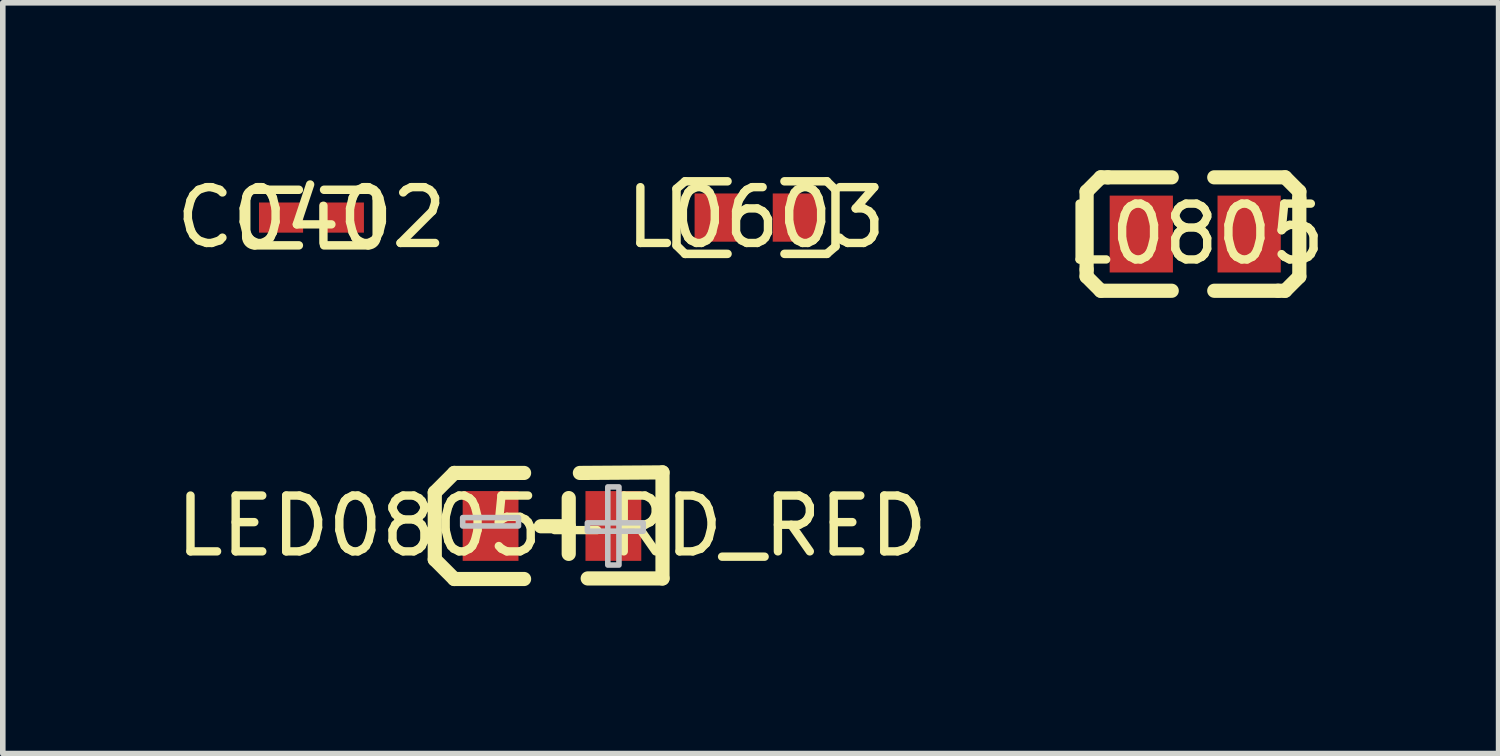
<source format=kicad_pcb>
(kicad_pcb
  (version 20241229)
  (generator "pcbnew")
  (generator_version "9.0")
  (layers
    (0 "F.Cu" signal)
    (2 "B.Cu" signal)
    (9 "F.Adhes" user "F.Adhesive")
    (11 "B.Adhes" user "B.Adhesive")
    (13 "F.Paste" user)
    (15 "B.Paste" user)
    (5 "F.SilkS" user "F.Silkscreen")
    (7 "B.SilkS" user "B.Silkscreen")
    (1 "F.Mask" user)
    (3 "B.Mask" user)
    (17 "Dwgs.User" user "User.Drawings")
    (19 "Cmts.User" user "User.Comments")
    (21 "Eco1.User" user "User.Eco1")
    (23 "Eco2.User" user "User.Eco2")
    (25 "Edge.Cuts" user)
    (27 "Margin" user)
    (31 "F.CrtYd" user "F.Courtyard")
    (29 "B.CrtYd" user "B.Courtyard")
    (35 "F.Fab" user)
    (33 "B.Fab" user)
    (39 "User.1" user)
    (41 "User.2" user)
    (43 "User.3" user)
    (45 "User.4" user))
  (footprint "L0603"
    (layer "F.Cu")
    (at 10.494 0.848)
    (property "Reference" "L0603" (at 0 0 0) (layer "F.SilkS") (effects (font (size 1 1) (thickness 0.15))))
    (fp_line (start -1.424 -0.517) (end -1.27 -0.65) (stroke (width 0.152) (type default)) (layer "F.SilkS"))
    (fp_line (start -1.424 0.499) (end -1.424 -0.517) (stroke (width 0.152) (type default)) (layer "F.SilkS"))
    (fp_line (start -1.272 -0.65) (end -0.51 -0.65) (stroke (width 0.152) (type default)) (layer "F.SilkS"))
    (fp_line (start -1.272 0.65) (end -0.51 0.65) (stroke (width 0.152) (type default)) (layer "F.SilkS"))
    (fp_line (start -1.27 0.651) (end -1.424 0.499) (stroke (width 0.152) (type default)) (layer "F.SilkS"))
    (fp_line (start 1.27 -0.65) (end 1.424 -0.499) (stroke (width 0.152) (type default)) (layer "F.SilkS"))
    (fp_line (start 1.272 -0.65) (end 0.51 -0.65) (stroke (width 0.152) (type default)) (layer "F.SilkS"))
    (fp_line (start 1.272 0.65) (end 0.51 0.65) (stroke (width 0.152) (type default)) (layer "F.SilkS"))
    (fp_line (start 1.424 -0.499) (end 1.424 0.517) (stroke (width 0.152) (type default)) (layer "F.SilkS"))
    (fp_line (start 1.424 0.517) (end 1.27 0.65) (stroke (width 0.152) (type default)) (layer "F.SilkS"))
    (fp_poly (pts (xy -0.252 -0.143) (xy -0.252 0.134) (xy -0.526 0.427) (xy -1.029 0.427) (xy -1.093 0.363) (xy -1.093 -0.372) (xy -1.029 -0.436) (xy -0.526 -0.436)) (stroke (width 0) (type default)) (fill yes) (layer "F.Paste"))
    (fp_poly (pts (xy 0.264 -0.154) (xy 0.264 0.122) (xy 0.538 0.416) (xy 1.042 0.416) (xy 1.105 0.352) (xy 1.105 -0.384) (xy 1.042 -0.448) (xy 0.538 -0.448)) (stroke (width 0) (type default)) (fill yes) (layer "F.Paste"))
    (fp_poly (pts (xy -0.5 0.4) (xy -0.8 0.4) (xy -0.8 -0.4) (xy -0.5 -0.4)) (stroke (width 0.1) (type default)) (fill no) (layer "User.1"))
    (fp_poly (pts (xy 0.8 0.4) (xy 0.5 0.4) (xy 0.5 -0.4) (xy 0.8 -0.4)) (stroke (width 0.1) (type default)) (fill no) (layer "User.1"))
    (fp_line (start -0.8 -0.4) (end 0.8 -0.4) (stroke (width 0.051) (type default)) (layer "User.2"))
    (fp_line (start -0.8 0.4) (end -0.8 -0.4) (stroke (width 0.051) (type default)) (layer "User.2"))
    (fp_line (start 0.8 -0.4) (end 0.8 0.4) (stroke (width 0.051) (type default)) (layer "User.2"))
    (fp_line (start 0.8 0.4) (end -0.8 0.4) (stroke (width 0.051) (type default)) (layer "User.2"))
    (fp_poly (pts (xy -0.745 0.377) (xy -0.777 0.345) (xy -0.823 0.345) (xy -0.855 0.377) (xy -0.855 0.423) (xy -0.823 0.455) (xy -0.777 0.455) (xy -0.745 0.423)) (stroke (width 0.1) (type default)) (fill no) (layer "User.3"))
    (pad "1" smd rect (at -0.7 0 180) (size 0.8 0.864) (layers "F.Cu" "F.Mask" "F.Paste"))
    (pad "2" smd rect (at 0.7 0 180) (size 0.8 0.864) (layers "F.Cu" "F.Mask" "F.Paste")))
  (footprint "LED0805-RD_RED"
    (layer "F.Cu")
    (at 6.839 6.373)
    (property "Reference" "LED0805-RD_RED" (at 0 0 0) (layer "F.SilkS") (effects (font (size 1 1) (thickness 0.15))))
    (fp_line (start -2.1 -0.6) (end -2.1 0.6) (stroke (width 0.254) (type default)) (layer "F.SilkS"))
    (fp_line (start -1.75 -0.95) (end -2.1 -0.6) (stroke (width 0.254) (type default)) (layer "F.SilkS"))
    (fp_line (start -1.75 0.95) (end -2.1 0.6) (stroke (width 0.254) (type default)) (layer "F.SilkS"))
    (fp_line (start -0.5 -0.95) (end -1.75 -0.95) (stroke (width 0.254) (type default)) (layer "F.SilkS"))
    (fp_line (start -0.5 0.95) (end -1.75 0.95) (stroke (width 0.254) (type default)) (layer "F.SilkS"))
    (fp_line (start 0.3 -0.5) (end 0.3 0.5) (stroke (width 0.254) (type default)) (layer "F.SilkS"))
    (fp_line (start 0.3 0.005) (end -0.2 0.005) (stroke (width 0.254) (type default)) (layer "F.SilkS"))
    (fp_line (start 0.5 -0.95) (end 1.98 -0.96) (stroke (width 0.254) (type default)) (layer "F.SilkS"))
    (fp_line (start 0.64 0.94) (end 1.98 0.94) (stroke (width 0.254) (type default)) (layer "F.SilkS"))
    (fp_line (start 1.98 -0.96) (end 1.98 0.94) (stroke (width 0.254) (type default)) (layer "F.SilkS"))
    (fp_poly (pts (xy -1.6 0) (xy -0.6 0) (xy -0.6 -0.15) (xy -1.6 -0.15)) (stroke (width 0.1) (type default)) (fill no) (layer "Dwgs.User"))
    (fp_poly (pts (xy 0.634 0.094) (xy 1.635 0.094) (xy 1.635 -0.056) (xy 0.634 -0.056)) (stroke (width 0.1) (type default)) (fill no) (layer "Dwgs.User"))
    (fp_poly (pts (xy 1 -0.7) (xy 1.2 -0.7) (xy 1.2 0.7) (xy 1 0.7)) (stroke (width 0.1) (type default)) (fill no) (layer "Dwgs.User"))
    (fp_poly (pts (xy -0.65 0.625) (xy -1 0.625) (xy -1 -0.625) (xy -0.65 -0.625)) (stroke (width 0.1) (type default)) (fill no) (layer "User.1"))
    (fp_poly (pts (xy 1 0.625) (xy 0.65 0.625) (xy 0.65 -0.625) (xy 1 -0.625)) (stroke (width 0.1) (type default)) (fill no) (layer "User.1"))
    (fp_line (start -1 -0.625) (end 1 -0.625) (stroke (width 0.051) (type default)) (layer "User.2"))
    (fp_line (start -1 0.625) (end -1 -0.625) (stroke (width 0.051) (type default)) (layer "User.2"))
    (fp_line (start 1 -0.625) (end 1 0.625) (stroke (width 0.051) (type default)) (layer "User.2"))
    (fp_line (start 1 0.625) (end -1 0.625) (stroke (width 0.051) (type default)) (layer "User.2"))
    (fp_poly (pts (xy -0.945 -0.648) (xy -0.977 -0.68) (xy -1.023 -0.68) (xy -1.055 -0.648) (xy -1.055 -0.602) (xy -1.023 -0.57) (xy -0.977 -0.57) (xy -0.945 -0.602)) (stroke (width 0.1) (type default)) (fill no) (layer "User.3"))
    (pad "1" smd rect (at -1.1 0 180) (size 1 1.25) (layers "F.Cu" "F.Mask" "F.Paste"))
    (pad "2" smd rect (at 1.1 0 180) (size 1 1.25) (layers "F.Cu" "F.Mask" "F.Paste")))
  (footprint "L0805"
    (layer "F.Cu")
    (at 18.363 1.143)
    (property "Reference" "L0805" (at 0 0 0) (layer "F.SilkS") (effects (font (size 1 1) (thickness 0.15))))
    (fp_line (start -1.946 -0.762) (end -1.946 0.635) (stroke (width 0.254) (type default)) (layer "F.SilkS"))
    (fp_line (start -1.946 0.635) (end -1.946 0.762) (stroke (width 0.254) (type default)) (layer "F.SilkS"))
    (fp_line (start -1.946 0.762) (end -1.692 1.016) (stroke (width 0.254) (type default)) (layer "F.SilkS"))
    (fp_line (start -1.692 -1.016) (end -1.946 -0.762) (stroke (width 0.254) (type default)) (layer "F.SilkS"))
    (fp_line (start -1.692 1.016) (end -0.421 1.016) (stroke (width 0.254) (type default)) (layer "F.SilkS"))
    (fp_line (start -1.565 -1.016) (end -1.692 -1.016) (stroke (width 0.254) (type default)) (layer "F.SilkS"))
    (fp_line (start -0.421 -1.016) (end -1.565 -1.016) (stroke (width 0.254) (type default)) (layer "F.SilkS"))
    (fp_line (start 0.341 1.016) (end 1.484 1.016) (stroke (width 0.254) (type default)) (layer "F.SilkS"))
    (fp_line (start 1.484 1.016) (end 1.611 1.016) (stroke (width 0.254) (type default)) (layer "F.SilkS"))
    (fp_line (start 1.611 -1.016) (end 0.341 -1.016) (stroke (width 0.254) (type default)) (layer "F.SilkS"))
    (fp_line (start 1.611 1.016) (end 1.865 0.762) (stroke (width 0.254) (type default)) (layer "F.SilkS"))
    (fp_line (start 1.865 -0.762) (end 1.611 -1.016) (stroke (width 0.254) (type default)) (layer "F.SilkS"))
    (fp_line (start 1.865 -0.635) (end 1.865 -0.762) (stroke (width 0.254) (type default)) (layer "F.SilkS"))
    (fp_line (start 1.865 0.762) (end 1.865 -0.635) (stroke (width 0.254) (type default)) (layer "F.SilkS"))
    (fp_poly (pts (xy -0.36 0.22) (xy -0.36 -0.221) (xy -0.745 -0.689) (xy -1.433 -0.689) (xy -1.532 -0.589) (xy -1.532 0.589) (xy -1.433 0.689) (xy -0.745 0.689)) (stroke (width 0) (type default)) (fill yes) (layer "F.Paste"))
    (fp_poly (pts (xy 0.36 0.22) (xy 0.36 -0.221) (xy 0.745 -0.689) (xy 1.433 -0.689) (xy 1.532 -0.589) (xy 1.532 0.589) (xy 1.433 0.689) (xy 0.745 0.689)) (stroke (width 0) (type default)) (fill yes) (layer "F.Paste"))
    (fp_poly (pts (xy -1 0.637) (xy -1 -0.637) (xy -0.6 -0.637) (xy -0.6 0.637)) (stroke (width 0.1) (type default)) (fill no) (layer "User.1"))
    (fp_poly (pts (xy 1 0.637) (xy 1 -0.637) (xy 0.6 -0.637) (xy 0.6 0.637)) (stroke (width 0.1) (type default)) (fill no) (layer "User.1"))
    (fp_line (start -1 -0.637) (end 1 -0.637) (stroke (width 0.051) (type default)) (layer "User.2"))
    (fp_line (start -1 0.637) (end -1 -0.637) (stroke (width 0.051) (type default)) (layer "User.2"))
    (fp_line (start 1 -0.637) (end 1 0.637) (stroke (width 0.051) (type default)) (layer "User.2"))
    (fp_line (start 1 0.637) (end -1 0.637) (stroke (width 0.051) (type default)) (layer "User.2"))
    (fp_poly (pts (xy -0.945 0.615) (xy -0.977 0.582) (xy -1.023 0.582) (xy -1.055 0.615) (xy -1.055 0.66) (xy -1.023 0.693) (xy -0.977 0.693) (xy -0.945 0.66)) (stroke (width 0.1) (type default)) (fill no) (layer "User.3"))
    (pad "1" smd rect (at -0.966 0) (size 1.133 1.377) (layers "F.Cu" "F.Mask" "F.Paste"))
    (pad "2" smd rect (at 0.966 0) (size 1.133 1.377) (layers "F.Cu" "F.Mask" "F.Paste")))
  (footprint "C0402"
    (layer "F.Cu")
    (at 2.53 0.848)
    (property "Reference" "C0402" (at 0 0 0) (layer "F.SilkS") (effects (font (size 1 1) (thickness 0.15))))
    (fp_line (start -1.169 0.346) (end -1.169 -0.346) (stroke (width 0.152) (type default)) (layer "F.SilkS"))
    (fp_line (start -1.016 -0.498) (end -0.226 -0.498) (stroke (width 0.152) (type default)) (layer "F.SilkS"))
    (fp_line (start -0.226 0.498) (end -1.016 0.498) (stroke (width 0.152) (type default)) (layer "F.SilkS"))
    (fp_line (start 0.226 0.498) (end 1.016 0.498) (stroke (width 0.152) (type default)) (layer "F.SilkS"))
    (fp_line (start 1.016 -0.498) (end 0.226 -0.498) (stroke (width 0.152) (type default)) (layer "F.SilkS"))
    (fp_line (start 1.169 0.346) (end 1.169 -0.346) (stroke (width 0.152) (type default)) (layer "F.SilkS"))
    (fp_arc (start -1.1685 -0.346) (mid -1.12398 -0.45348) (end -1.0165 -0.4985) (stroke (width 0.1525) (type default)) (layer "F.SilkS"))
    (fp_arc (start -1.0165 0.4985) (mid -1.124334 0.453834) (end -1.1685 0.346) (stroke (width 0.1525) (type default)) (layer "F.SilkS"))
    (fp_arc (start 1.0165 -0.4985) (mid 1.124334 -0.453834) (end 1.1685 -0.346) (stroke (width 0.1525) (type default)) (layer "F.SilkS"))
    (fp_arc (start 1.1685 0.346) (mid 1.12398 0.45348) (end 1.0165 0.4985) (stroke (width 0.1525) (type default)) (layer "F.SilkS"))
    (fp_poly (pts (xy -0.18 -0.225) (xy -0.18 0.225) (xy -0.25 0.275) (xy -0.73 0.275) (xy -0.78 0.225) (xy -0.78 -0.225) (xy -0.73 -0.275) (xy -0.25 -0.275)) (stroke (width 0) (type default)) (fill yes) (layer "F.Paste"))
    (fp_poly (pts (xy 0.78 -0.225) (xy 0.78 0.225) (xy 0.73 0.275) (xy 0.25 0.275) (xy 0.18 0.225) (xy 0.18 -0.225) (xy 0.25 -0.275) (xy 0.73 -0.275)) (stroke (width 0) (type default)) (fill yes) (layer "F.Paste"))
    (fp_poly (pts (xy -0.5 0.25) (xy -0.5 -0.25) (xy -0.25 -0.25) (xy -0.25 0.25)) (stroke (width 0.1) (type default)) (fill no) (layer "User.1"))
    (fp_poly (pts (xy 0.5 0.25) (xy 0.5 -0.25) (xy 0.25 -0.25) (xy 0.25 0.25)) (stroke (width 0.1) (type default)) (fill no) (layer "User.1"))
    (fp_line (start -0.5 -0.25) (end 0.5 -0.25) (stroke (width 0.051) (type default)) (layer "User.2"))
    (fp_line (start -0.5 0.25) (end -0.5 -0.25) (stroke (width 0.051) (type default)) (layer "User.2"))
    (fp_line (start 0.5 -0.25) (end 0.5 0.25) (stroke (width 0.051) (type default)) (layer "User.2"))
    (fp_line (start 0.5 0.25) (end -0.5 0.25) (stroke (width 0.051) (type default)) (layer "User.2"))
    (fp_poly (pts (xy -0.445 0.227) (xy -0.477 0.195) (xy -0.523 0.195) (xy -0.555 0.227) (xy -0.555 0.273) (xy -0.523 0.305) (xy -0.477 0.305) (xy -0.445 0.273)) (stroke (width 0.1) (type default)) (fill no) (layer "User.3"))
    (pad "1" smd rect (at -0.545 0) (size 0.79 0.54) (layers "F.Cu" "F.Mask" "F.Paste"))
    (pad "2" smd rect (at 0.545 0) (size 0.79 0.54) (layers "F.Cu" "F.Mask" "F.Paste")))
  (gr_rect
    (start -3 -3)
    (end 23.798 10.45)
    (stroke (width 0.1) (type default))
    (fill no)
    (layer "Edge.Cuts")))
</source>
